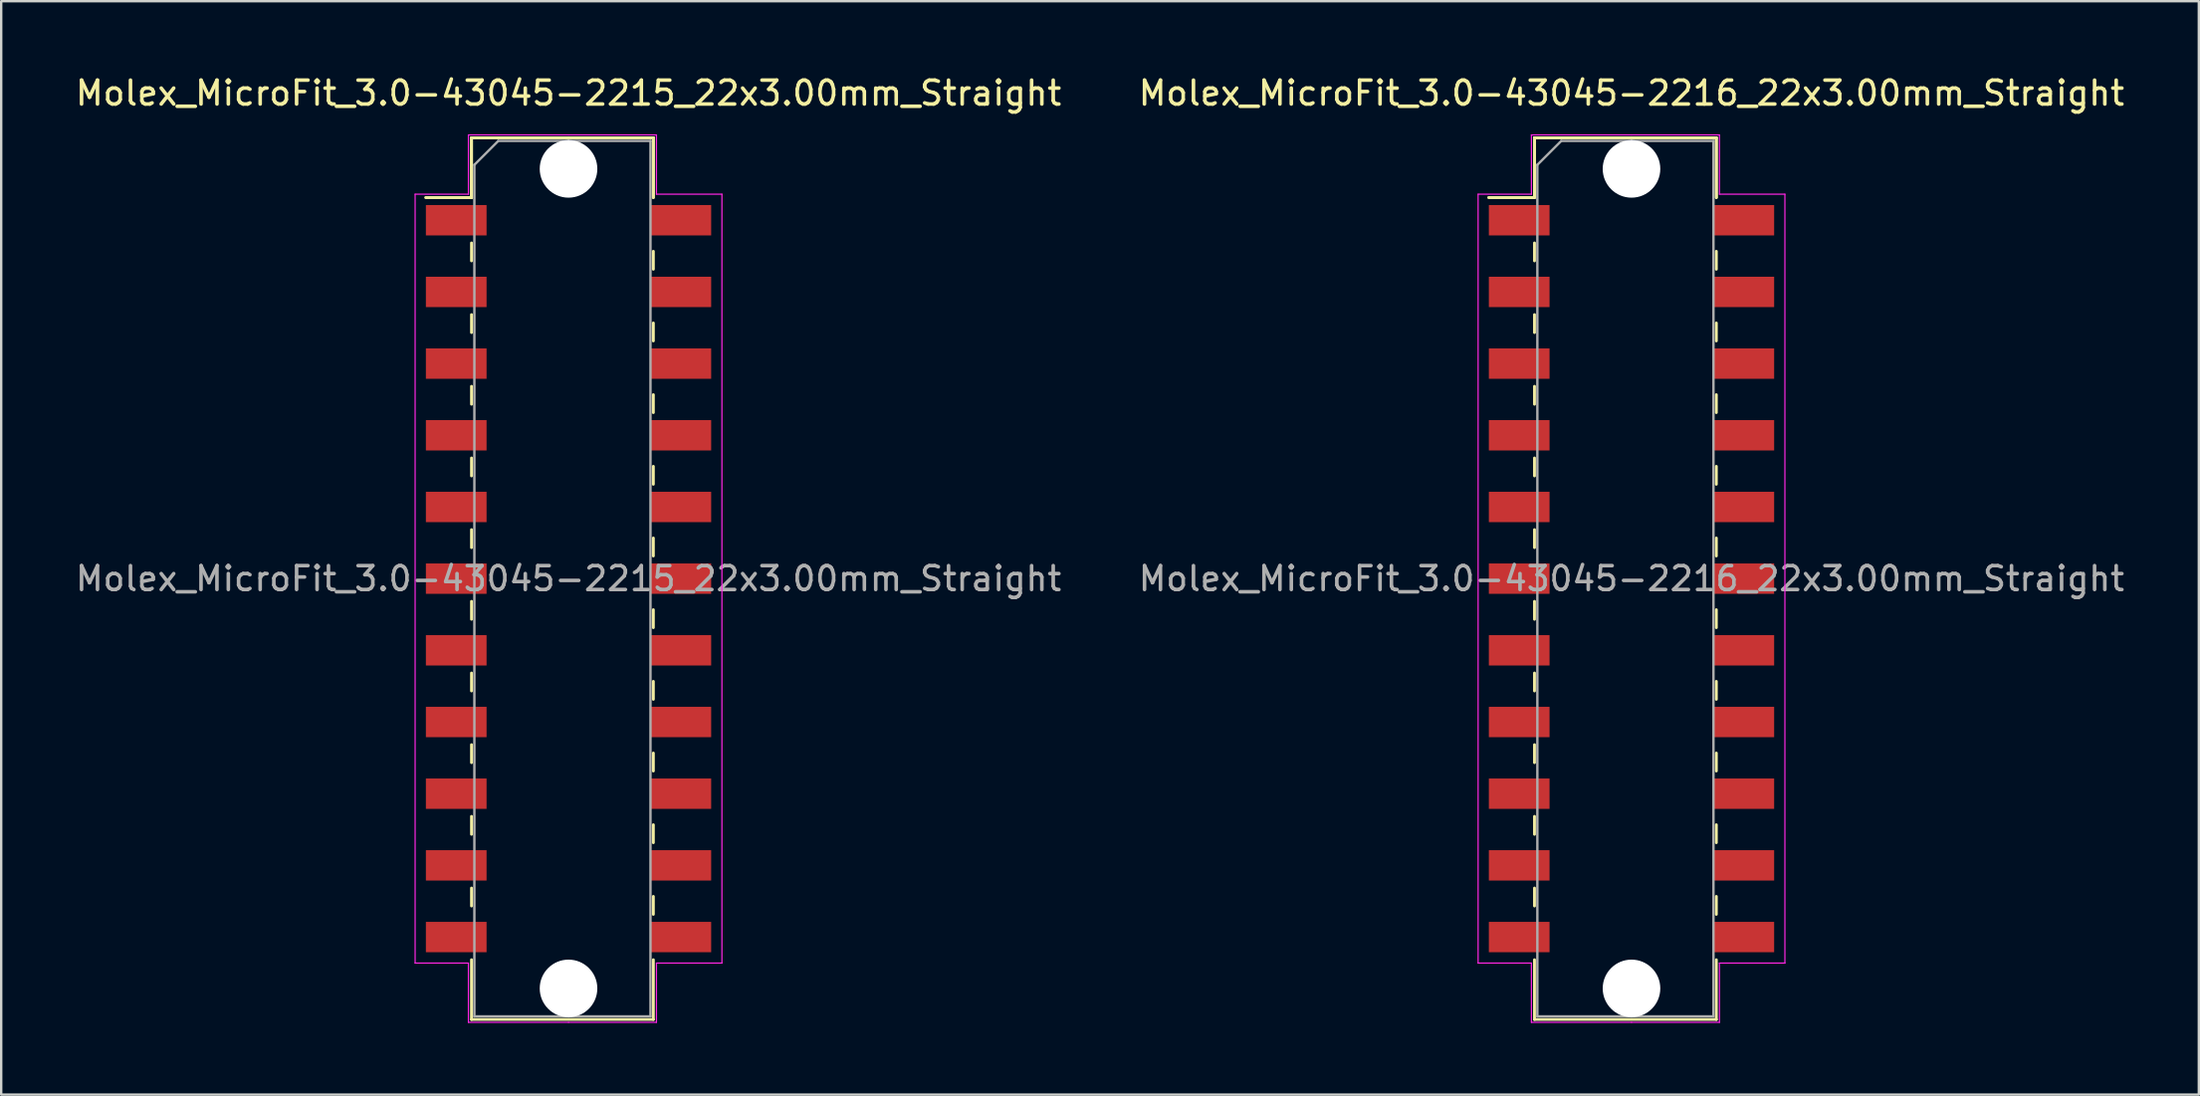
<source format=kicad_pcb>
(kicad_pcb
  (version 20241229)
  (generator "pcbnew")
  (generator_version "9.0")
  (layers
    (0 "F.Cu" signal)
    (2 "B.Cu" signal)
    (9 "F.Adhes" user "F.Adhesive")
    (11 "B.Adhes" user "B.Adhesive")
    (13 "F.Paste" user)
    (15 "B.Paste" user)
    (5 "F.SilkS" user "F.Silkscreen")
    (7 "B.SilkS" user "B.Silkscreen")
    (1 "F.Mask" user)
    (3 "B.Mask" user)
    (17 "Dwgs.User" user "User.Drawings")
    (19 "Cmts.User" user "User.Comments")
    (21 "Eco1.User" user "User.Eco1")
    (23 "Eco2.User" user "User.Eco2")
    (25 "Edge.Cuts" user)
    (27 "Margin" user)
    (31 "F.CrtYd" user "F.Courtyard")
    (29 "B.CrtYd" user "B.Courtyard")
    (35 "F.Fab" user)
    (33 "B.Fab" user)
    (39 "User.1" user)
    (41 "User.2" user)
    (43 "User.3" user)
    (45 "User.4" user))
  (footprint "Molex_MicroFit_3.0-43045-2215_22x3.00mm_Straight"
    (layer "F.Cu")
    (at 20.744 21.168)
    (property "Reference" "Molex_MicroFit_3.0-43045-2215_22x3.00mm_Straight" (at 0 -20.32 0) (layer "F.SilkS") (effects (font (size 1 1) (thickness 0.15))))
    (attr smd)
    (fp_line (start -5.97 -15.95) (end -4.06 -15.95) (stroke (width 0.12) (type solid)) (layer "F.SilkS"))
    (fp_line (start -5.97 -15.95) (end -4.06 -15.95) (stroke (width 0.12) (type solid)) (layer "F.SilkS"))
    (fp_line (start -4.06 -18.45) (end 3.55 -18.45) (stroke (width 0.12) (type solid)) (layer "F.SilkS"))
    (fp_line (start -4.06 -18.45) (end 3.55 -18.45) (stroke (width 0.12) (type solid)) (layer "F.SilkS"))
    (fp_line (start -4.06 -15.95) (end -4.06 -18.45) (stroke (width 0.12) (type solid)) (layer "F.SilkS"))
    (fp_line (start -4.06 -15.95) (end -4.06 -18.45) (stroke (width 0.12) (type solid)) (layer "F.SilkS"))
    (fp_line (start -4.06 -14.05) (end -4.06 -13.3) (stroke (width 0.12) (type solid)) (layer "F.SilkS"))
    (fp_line (start -4.06 -11.05) (end -4.06 -10.3) (stroke (width 0.12) (type solid)) (layer "F.SilkS"))
    (fp_line (start -4.06 -8.05) (end -4.06 -7.3) (stroke (width 0.12) (type solid)) (layer "F.SilkS"))
    (fp_line (start -4.06 -5.05) (end -4.06 -4.3) (stroke (width 0.12) (type solid)) (layer "F.SilkS"))
    (fp_line (start -4.06 -2.05) (end -4.06 -1.3) (stroke (width 0.12) (type solid)) (layer "F.SilkS"))
    (fp_line (start -4.06 0.95) (end -4.06 1.7) (stroke (width 0.12) (type solid)) (layer "F.SilkS"))
    (fp_line (start -4.06 3.95) (end -4.06 4.7) (stroke (width 0.12) (type solid)) (layer "F.SilkS"))
    (fp_line (start -4.06 6.95) (end -4.06 7.7) (stroke (width 0.12) (type solid)) (layer "F.SilkS"))
    (fp_line (start -4.06 9.95) (end -4.06 10.7) (stroke (width 0.12) (type solid)) (layer "F.SilkS"))
    (fp_line (start -4.06 12.95) (end -4.06 13.7) (stroke (width 0.12) (type solid)) (layer "F.SilkS"))
    (fp_line (start -4.06 18.45) (end -4.06 15.95) (stroke (width 0.12) (type solid)) (layer "F.SilkS"))
    (fp_line (start 3.55 -18.45) (end 3.55 -15.95) (stroke (width 0.12) (type solid)) (layer "F.SilkS"))
    (fp_line (start 3.55 -18.45) (end 3.55 -15.95) (stroke (width 0.12) (type solid)) (layer "F.SilkS"))
    (fp_line (start 3.55 -12.95) (end 3.55 -13.7) (stroke (width 0.12) (type solid)) (layer "F.SilkS"))
    (fp_line (start 3.55 -9.95) (end 3.55 -10.7) (stroke (width 0.12) (type solid)) (layer "F.SilkS"))
    (fp_line (start 3.55 -6.95) (end 3.55 -7.7) (stroke (width 0.12) (type solid)) (layer "F.SilkS"))
    (fp_line (start 3.55 -3.95) (end 3.55 -4.7) (stroke (width 0.12) (type solid)) (layer "F.SilkS"))
    (fp_line (start 3.55 -0.95) (end 3.55 -1.7) (stroke (width 0.12) (type solid)) (layer "F.SilkS"))
    (fp_line (start 3.55 2.05) (end 3.55 1.3) (stroke (width 0.12) (type solid)) (layer "F.SilkS"))
    (fp_line (start 3.55 5.05) (end 3.55 4.3) (stroke (width 0.12) (type solid)) (layer "F.SilkS"))
    (fp_line (start 3.55 8.05) (end 3.55 7.3) (stroke (width 0.12) (type solid)) (layer "F.SilkS"))
    (fp_line (start 3.55 11.05) (end 3.55 10.3) (stroke (width 0.12) (type solid)) (layer "F.SilkS"))
    (fp_line (start 3.55 14.05) (end 3.55 13.3) (stroke (width 0.12) (type solid)) (layer "F.SilkS"))
    (fp_line (start 3.55 15.95) (end 3.55 18.45) (stroke (width 0.12) (type solid)) (layer "F.SilkS"))
    (fp_line (start 3.55 18.45) (end -4.06 18.45) (stroke (width 0.12) (type solid)) (layer "F.SilkS"))
    (fp_line (start -6.42 -16.09) (end -4.19 -16.09) (stroke (width 0.05) (type solid)) (layer "F.CrtYd"))
    (fp_line (start -6.42 16.09) (end -6.42 -16.09) (stroke (width 0.05) (type solid)) (layer "F.CrtYd"))
    (fp_line (start -4.19 -18.57) (end 0 -18.57) (stroke (width 0.05) (type solid)) (layer "F.CrtYd"))
    (fp_line (start -4.19 -16.09) (end -4.19 -18.57) (stroke (width 0.05) (type solid)) (layer "F.CrtYd"))
    (fp_line (start -4.19 16.09) (end -6.42 16.09) (stroke (width 0.05) (type solid)) (layer "F.CrtYd"))
    (fp_line (start -4.19 18.57) (end -4.19 16.09) (stroke (width 0.05) (type solid)) (layer "F.CrtYd"))
    (fp_line (start 0 -18.57) (end 3.68 -18.57) (stroke (width 0.05) (type solid)) (layer "F.CrtYd"))
    (fp_line (start 0 18.57) (end -4.19 18.57) (stroke (width 0.05) (type solid)) (layer "F.CrtYd"))
    (fp_line (start 3.68 -18.57) (end 3.68 -16.09) (stroke (width 0.05) (type solid)) (layer "F.CrtYd"))
    (fp_line (start 3.68 -16.09) (end 6.42 -16.09) (stroke (width 0.05) (type solid)) (layer "F.CrtYd"))
    (fp_line (start 3.68 16.09) (end 3.68 18.57) (stroke (width 0.05) (type solid)) (layer "F.CrtYd"))
    (fp_line (start 3.68 18.57) (end 0 18.57) (stroke (width 0.05) (type solid)) (layer "F.CrtYd"))
    (fp_line (start 6.42 -16.09) (end 6.42 16.09) (stroke (width 0.05) (type solid)) (layer "F.CrtYd"))
    (fp_line (start 6.42 16.09) (end 3.68 16.09) (stroke (width 0.05) (type solid)) (layer "F.CrtYd"))
    (fp_line (start -3.94 -17.32) (end -2.94 -18.32) (stroke (width 0.1) (type solid)) (layer "F.Fab"))
    (fp_line (start -3.94 18.32) (end -3.94 -17.32) (stroke (width 0.1) (type solid)) (layer "F.Fab"))
    (fp_line (start -2.94 -18.32) (end 0 -18.32) (stroke (width 0.1) (type solid)) (layer "F.Fab"))
    (fp_line (start 0 -18.32) (end 3.43 -18.32) (stroke (width 0.1) (type solid)) (layer "F.Fab"))
    (fp_line (start 0 18.32) (end -3.94 18.32) (stroke (width 0.1) (type solid)) (layer "F.Fab"))
    (fp_line (start 3.43 -18.32) (end 3.43 18.32) (stroke (width 0.1) (type solid)) (layer "F.Fab"))
    (fp_line (start 3.43 18.32) (end 0 18.32) (stroke (width 0.1) (type solid)) (layer "F.Fab"))
    (fp_text user "${REFERENCE}" (at 0 0 0) (layer "F.Fab") (effects (font (size 1 1) (thickness 0.15))))
    (pad "" np_thru_hole circle (at 0 -17.15) (size 2.41 2.41) (drill 2.41) (layers "*.Cu"))
    (pad "" np_thru_hole circle (at 0 17.15) (size 2.41 2.41) (drill 2.41) (layers "*.Cu"))
    (pad "1" smd rect (at -4.7 -15) (size 2.54 1.27) (layers "F.Cu" "F.Mask" "F.Paste"))
    (pad "2" smd rect (at -4.7 -12) (size 2.54 1.27) (layers "F.Cu" "F.Mask" "F.Paste"))
    (pad "3" smd rect (at -4.7 -9) (size 2.54 1.27) (layers "F.Cu" "F.Mask" "F.Paste"))
    (pad "4" smd rect (at -4.7 -6) (size 2.54 1.27) (layers "F.Cu" "F.Mask" "F.Paste"))
    (pad "5" smd rect (at -4.7 -3) (size 2.54 1.27) (layers "F.Cu" "F.Mask" "F.Paste"))
    (pad "6" smd rect (at -4.7 0) (size 2.54 1.27) (layers "F.Cu" "F.Mask" "F.Paste"))
    (pad "7" smd rect (at -4.7 3) (size 2.54 1.27) (layers "F.Cu" "F.Mask" "F.Paste"))
    (pad "8" smd rect (at -4.7 6) (size 2.54 1.27) (layers "F.Cu" "F.Mask" "F.Paste"))
    (pad "9" smd rect (at -4.7 9) (size 2.54 1.27) (layers "F.Cu" "F.Mask" "F.Paste"))
    (pad "10" smd rect (at -4.7 12) (size 2.54 1.27) (layers "F.Cu" "F.Mask" "F.Paste"))
    (pad "11" smd rect (at -4.7 15) (size 2.54 1.27) (layers "F.Cu" "F.Mask" "F.Paste"))
    (pad "12" smd rect (at 4.7 15) (size 2.54 1.27) (layers "F.Cu" "F.Mask" "F.Paste"))
    (pad "13" smd rect (at 4.7 12) (size 2.54 1.27) (layers "F.Cu" "F.Mask" "F.Paste"))
    (pad "14" smd rect (at 4.7 9) (size 2.54 1.27) (layers "F.Cu" "F.Mask" "F.Paste"))
    (pad "15" smd rect (at 4.7 6) (size 2.54 1.27) (layers "F.Cu" "F.Mask" "F.Paste"))
    (pad "16" smd rect (at 4.7 3) (size 2.54 1.27) (layers "F.Cu" "F.Mask" "F.Paste"))
    (pad "17" smd rect (at 4.7 0) (size 2.54 1.27) (layers "F.Cu" "F.Mask" "F.Paste"))
    (pad "18" smd rect (at 4.7 -3) (size 2.54 1.27) (layers "F.Cu" "F.Mask" "F.Paste"))
    (pad "19" smd rect (at 4.7 -6) (size 2.54 1.27) (layers "F.Cu" "F.Mask" "F.Paste"))
    (pad "20" smd rect (at 4.7 -9) (size 2.54 1.27) (layers "F.Cu" "F.Mask" "F.Paste"))
    (pad "21" smd rect (at 4.7 -12) (size 2.54 1.27) (layers "F.Cu" "F.Mask" "F.Paste"))
    (pad "22" smd rect (at 4.7 -15) (size 2.54 1.27) (layers "F.Cu" "F.Mask" "F.Paste")))
  (footprint "Molex_MicroFit_3.0-43045-2216_22x3.00mm_Straight"
    (layer "F.Cu")
    (at 65.232 21.168)
    (property "Reference" "Molex_MicroFit_3.0-43045-2216_22x3.00mm_Straight" (at 0 -20.32 0) (layer "F.SilkS") (effects (font (size 1 1) (thickness 0.15))))
    (attr smd)
    (fp_line (start -5.97 -15.95) (end -4.06 -15.95) (stroke (width 0.12) (type solid)) (layer "F.SilkS"))
    (fp_line (start -5.97 -15.95) (end -4.06 -15.95) (stroke (width 0.12) (type solid)) (layer "F.SilkS"))
    (fp_line (start -4.06 -18.45) (end 3.55 -18.45) (stroke (width 0.12) (type solid)) (layer "F.SilkS"))
    (fp_line (start -4.06 -18.45) (end 3.55 -18.45) (stroke (width 0.12) (type solid)) (layer "F.SilkS"))
    (fp_line (start -4.06 -15.95) (end -4.06 -18.45) (stroke (width 0.12) (type solid)) (layer "F.SilkS"))
    (fp_line (start -4.06 -15.95) (end -4.06 -18.45) (stroke (width 0.12) (type solid)) (layer "F.SilkS"))
    (fp_line (start -4.06 -14.05) (end -4.06 -13.3) (stroke (width 0.12) (type solid)) (layer "F.SilkS"))
    (fp_line (start -4.06 -11.05) (end -4.06 -10.3) (stroke (width 0.12) (type solid)) (layer "F.SilkS"))
    (fp_line (start -4.06 -8.05) (end -4.06 -7.3) (stroke (width 0.12) (type solid)) (layer "F.SilkS"))
    (fp_line (start -4.06 -5.05) (end -4.06 -4.3) (stroke (width 0.12) (type solid)) (layer "F.SilkS"))
    (fp_line (start -4.06 -2.05) (end -4.06 -1.3) (stroke (width 0.12) (type solid)) (layer "F.SilkS"))
    (fp_line (start -4.06 0.95) (end -4.06 1.7) (stroke (width 0.12) (type solid)) (layer "F.SilkS"))
    (fp_line (start -4.06 3.95) (end -4.06 4.7) (stroke (width 0.12) (type solid)) (layer "F.SilkS"))
    (fp_line (start -4.06 6.95) (end -4.06 7.7) (stroke (width 0.12) (type solid)) (layer "F.SilkS"))
    (fp_line (start -4.06 9.95) (end -4.06 10.7) (stroke (width 0.12) (type solid)) (layer "F.SilkS"))
    (fp_line (start -4.06 12.95) (end -4.06 13.7) (stroke (width 0.12) (type solid)) (layer "F.SilkS"))
    (fp_line (start -4.06 18.45) (end -4.06 15.95) (stroke (width 0.12) (type solid)) (layer "F.SilkS"))
    (fp_line (start 3.55 -18.45) (end 3.55 -15.95) (stroke (width 0.12) (type solid)) (layer "F.SilkS"))
    (fp_line (start 3.55 -18.45) (end 3.55 -15.95) (stroke (width 0.12) (type solid)) (layer "F.SilkS"))
    (fp_line (start 3.55 -12.95) (end 3.55 -13.7) (stroke (width 0.12) (type solid)) (layer "F.SilkS"))
    (fp_line (start 3.55 -9.95) (end 3.55 -10.7) (stroke (width 0.12) (type solid)) (layer "F.SilkS"))
    (fp_line (start 3.55 -6.95) (end 3.55 -7.7) (stroke (width 0.12) (type solid)) (layer "F.SilkS"))
    (fp_line (start 3.55 -3.95) (end 3.55 -4.7) (stroke (width 0.12) (type solid)) (layer "F.SilkS"))
    (fp_line (start 3.55 -0.95) (end 3.55 -1.7) (stroke (width 0.12) (type solid)) (layer "F.SilkS"))
    (fp_line (start 3.55 2.05) (end 3.55 1.3) (stroke (width 0.12) (type solid)) (layer "F.SilkS"))
    (fp_line (start 3.55 5.05) (end 3.55 4.3) (stroke (width 0.12) (type solid)) (layer "F.SilkS"))
    (fp_line (start 3.55 8.05) (end 3.55 7.3) (stroke (width 0.12) (type solid)) (layer "F.SilkS"))
    (fp_line (start 3.55 11.05) (end 3.55 10.3) (stroke (width 0.12) (type solid)) (layer "F.SilkS"))
    (fp_line (start 3.55 14.05) (end 3.55 13.3) (stroke (width 0.12) (type solid)) (layer "F.SilkS"))
    (fp_line (start 3.55 15.95) (end 3.55 18.45) (stroke (width 0.12) (type solid)) (layer "F.SilkS"))
    (fp_line (start 3.55 18.45) (end -4.06 18.45) (stroke (width 0.12) (type solid)) (layer "F.SilkS"))
    (fp_line (start -6.42 -16.09) (end -4.19 -16.09) (stroke (width 0.05) (type solid)) (layer "F.CrtYd"))
    (fp_line (start -6.42 16.09) (end -6.42 -16.09) (stroke (width 0.05) (type solid)) (layer "F.CrtYd"))
    (fp_line (start -4.19 -18.57) (end 0 -18.57) (stroke (width 0.05) (type solid)) (layer "F.CrtYd"))
    (fp_line (start -4.19 -16.09) (end -4.19 -18.57) (stroke (width 0.05) (type solid)) (layer "F.CrtYd"))
    (fp_line (start -4.19 16.09) (end -6.42 16.09) (stroke (width 0.05) (type solid)) (layer "F.CrtYd"))
    (fp_line (start -4.19 18.57) (end -4.19 16.09) (stroke (width 0.05) (type solid)) (layer "F.CrtYd"))
    (fp_line (start 0 -18.57) (end 3.68 -18.57) (stroke (width 0.05) (type solid)) (layer "F.CrtYd"))
    (fp_line (start 0 18.57) (end -4.19 18.57) (stroke (width 0.05) (type solid)) (layer "F.CrtYd"))
    (fp_line (start 3.68 -18.57) (end 3.68 -16.09) (stroke (width 0.05) (type solid)) (layer "F.CrtYd"))
    (fp_line (start 3.68 -16.09) (end 6.42 -16.09) (stroke (width 0.05) (type solid)) (layer "F.CrtYd"))
    (fp_line (start 3.68 16.09) (end 3.68 18.57) (stroke (width 0.05) (type solid)) (layer "F.CrtYd"))
    (fp_line (start 3.68 18.57) (end 0 18.57) (stroke (width 0.05) (type solid)) (layer "F.CrtYd"))
    (fp_line (start 6.42 -16.09) (end 6.42 16.09) (stroke (width 0.05) (type solid)) (layer "F.CrtYd"))
    (fp_line (start 6.42 16.09) (end 3.68 16.09) (stroke (width 0.05) (type solid)) (layer "F.CrtYd"))
    (fp_line (start -3.94 -17.32) (end -2.94 -18.32) (stroke (width 0.1) (type solid)) (layer "F.Fab"))
    (fp_line (start -3.94 18.32) (end -3.94 -17.32) (stroke (width 0.1) (type solid)) (layer "F.Fab"))
    (fp_line (start -2.94 -18.32) (end 0 -18.32) (stroke (width 0.1) (type solid)) (layer "F.Fab"))
    (fp_line (start 0 -18.32) (end 3.43 -18.32) (stroke (width 0.1) (type solid)) (layer "F.Fab"))
    (fp_line (start 0 18.32) (end -3.94 18.32) (stroke (width 0.1) (type solid)) (layer "F.Fab"))
    (fp_line (start 3.43 -18.32) (end 3.43 18.32) (stroke (width 0.1) (type solid)) (layer "F.Fab"))
    (fp_line (start 3.43 18.32) (end 0 18.32) (stroke (width 0.1) (type solid)) (layer "F.Fab"))
    (fp_text user "${REFERENCE}" (at 0 0 0) (layer "F.Fab") (effects (font (size 1 1) (thickness 0.15))))
    (pad "" np_thru_hole circle (at 0 -17.15) (size 2.41 2.41) (drill 2.41) (layers "*.Cu"))
    (pad "" np_thru_hole circle (at 0 17.15) (size 2.41 2.41) (drill 2.41) (layers "*.Cu"))
    (pad "1" smd rect (at -4.7 -15) (size 2.54 1.27) (layers "F.Cu" "F.Mask" "F.Paste"))
    (pad "2" smd rect (at -4.7 -12) (size 2.54 1.27) (layers "F.Cu" "F.Mask" "F.Paste"))
    (pad "3" smd rect (at -4.7 -9) (size 2.54 1.27) (layers "F.Cu" "F.Mask" "F.Paste"))
    (pad "4" smd rect (at -4.7 -6) (size 2.54 1.27) (layers "F.Cu" "F.Mask" "F.Paste"))
    (pad "5" smd rect (at -4.7 -3) (size 2.54 1.27) (layers "F.Cu" "F.Mask" "F.Paste"))
    (pad "6" smd rect (at -4.7 0) (size 2.54 1.27) (layers "F.Cu" "F.Mask" "F.Paste"))
    (pad "7" smd rect (at -4.7 3) (size 2.54 1.27) (layers "F.Cu" "F.Mask" "F.Paste"))
    (pad "8" smd rect (at -4.7 6) (size 2.54 1.27) (layers "F.Cu" "F.Mask" "F.Paste"))
    (pad "9" smd rect (at -4.7 9) (size 2.54 1.27) (layers "F.Cu" "F.Mask" "F.Paste"))
    (pad "10" smd rect (at -4.7 12) (size 2.54 1.27) (layers "F.Cu" "F.Mask" "F.Paste"))
    (pad "11" smd rect (at -4.7 15) (size 2.54 1.27) (layers "F.Cu" "F.Mask" "F.Paste"))
    (pad "12" smd rect (at 4.7 15) (size 2.54 1.27) (layers "F.Cu" "F.Mask" "F.Paste"))
    (pad "13" smd rect (at 4.7 12) (size 2.54 1.27) (layers "F.Cu" "F.Mask" "F.Paste"))
    (pad "14" smd rect (at 4.7 9) (size 2.54 1.27) (layers "F.Cu" "F.Mask" "F.Paste"))
    (pad "15" smd rect (at 4.7 6) (size 2.54 1.27) (layers "F.Cu" "F.Mask" "F.Paste"))
    (pad "16" smd rect (at 4.7 3) (size 2.54 1.27) (layers "F.Cu" "F.Mask" "F.Paste"))
    (pad "17" smd rect (at 4.7 0) (size 2.54 1.27) (layers "F.Cu" "F.Mask" "F.Paste"))
    (pad "18" smd rect (at 4.7 -3) (size 2.54 1.27) (layers "F.Cu" "F.Mask" "F.Paste"))
    (pad "19" smd rect (at 4.7 -6) (size 2.54 1.27) (layers "F.Cu" "F.Mask" "F.Paste"))
    (pad "20" smd rect (at 4.7 -9) (size 2.54 1.27) (layers "F.Cu" "F.Mask" "F.Paste"))
    (pad "21" smd rect (at 4.7 -12) (size 2.54 1.27) (layers "F.Cu" "F.Mask" "F.Paste"))
    (pad "22" smd rect (at 4.7 -15) (size 2.54 1.27) (layers "F.Cu" "F.Mask" "F.Paste")))
  (gr_rect
    (start -3 -3)
    (end 88.976 42.763)
    (stroke (width 0.1) (type default))
    (fill no)
    (layer "Edge.Cuts")))
</source>
